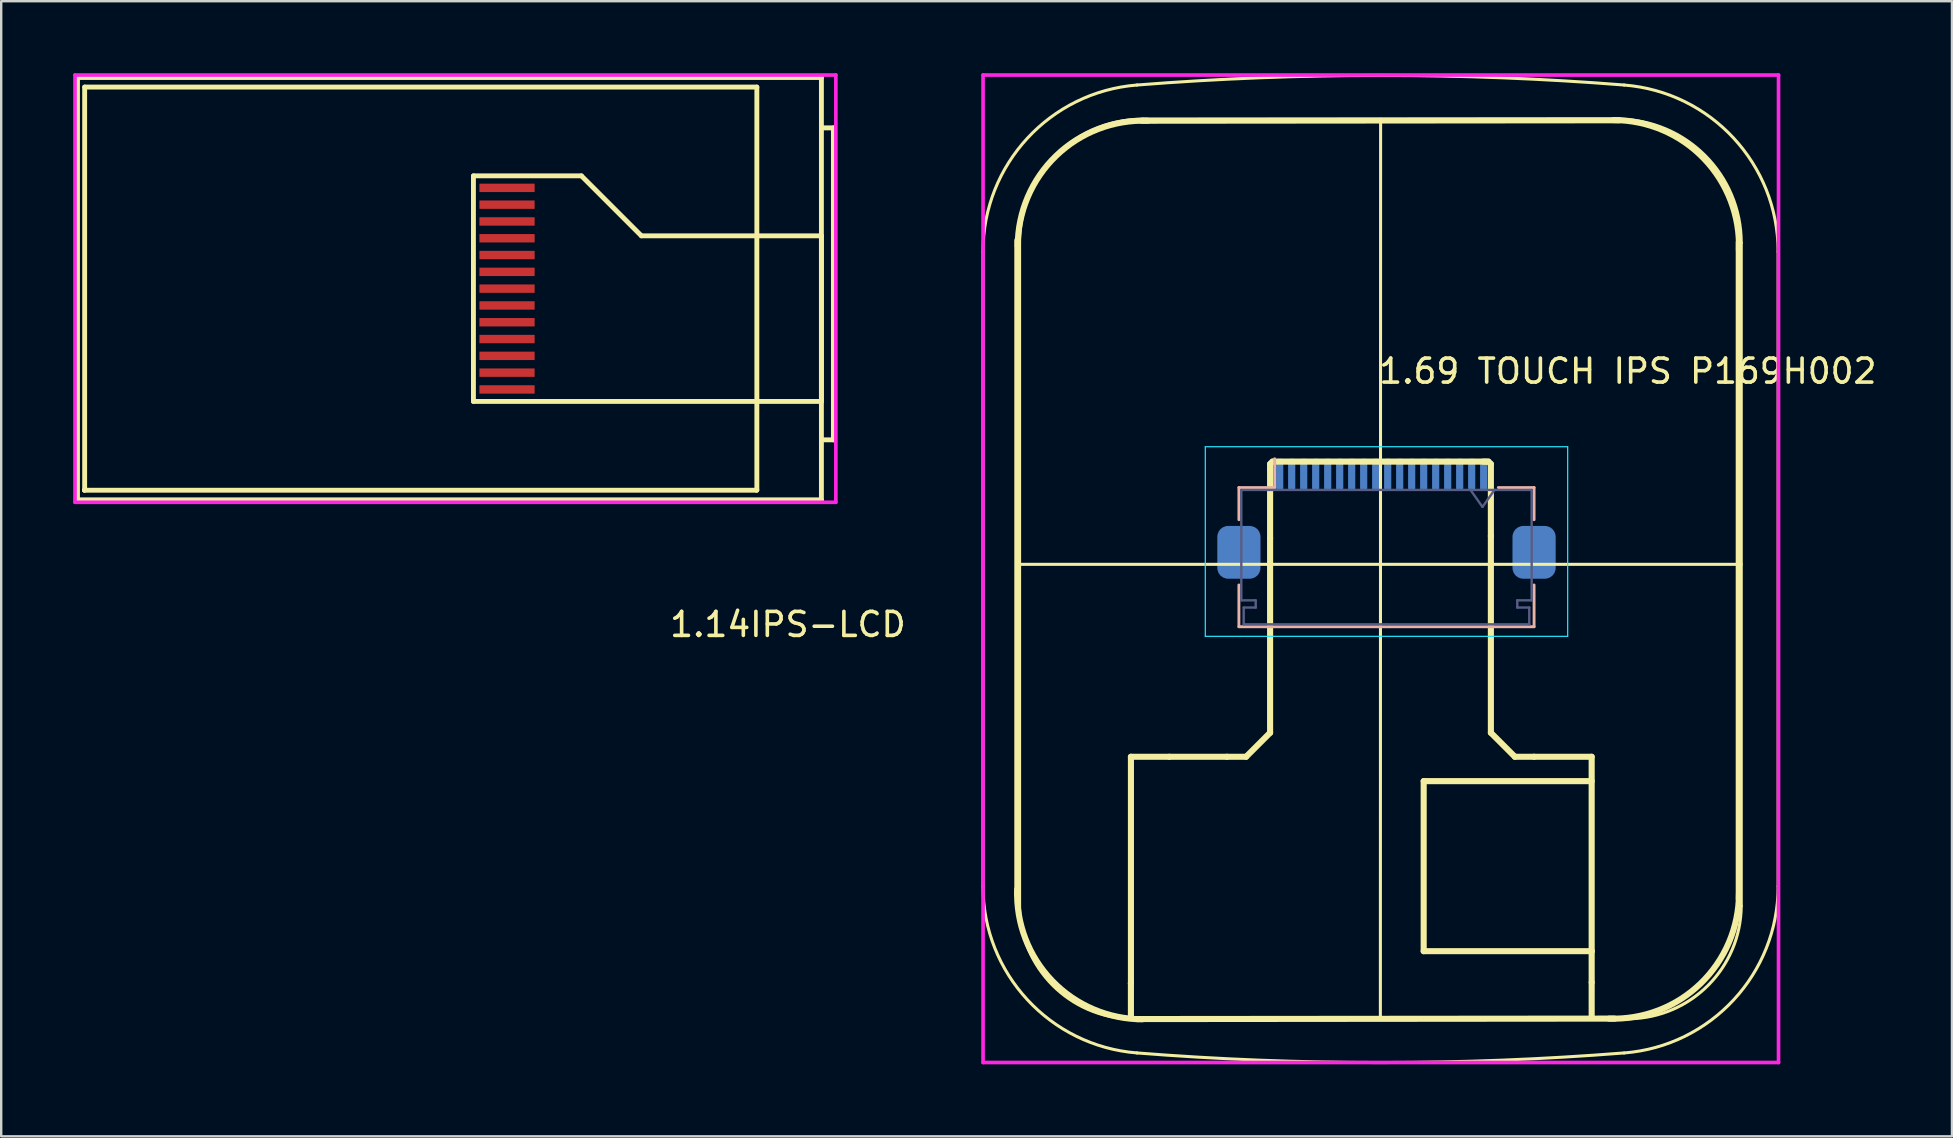
<source format=kicad_pcb>
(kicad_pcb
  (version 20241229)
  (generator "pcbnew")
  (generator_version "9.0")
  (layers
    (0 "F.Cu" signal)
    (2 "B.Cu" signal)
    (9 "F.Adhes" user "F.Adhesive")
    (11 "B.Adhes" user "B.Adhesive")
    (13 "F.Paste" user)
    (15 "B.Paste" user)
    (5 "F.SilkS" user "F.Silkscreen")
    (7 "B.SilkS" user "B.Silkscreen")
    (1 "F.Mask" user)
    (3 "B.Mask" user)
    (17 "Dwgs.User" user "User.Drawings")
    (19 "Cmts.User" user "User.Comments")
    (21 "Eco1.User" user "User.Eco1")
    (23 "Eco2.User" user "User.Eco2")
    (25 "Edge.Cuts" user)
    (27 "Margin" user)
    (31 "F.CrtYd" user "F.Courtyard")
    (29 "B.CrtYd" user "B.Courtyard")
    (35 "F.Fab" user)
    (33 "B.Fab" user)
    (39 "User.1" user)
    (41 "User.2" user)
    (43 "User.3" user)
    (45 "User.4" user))
  (footprint "1.69 TOUCH IPS P169H002"
    (layer "F.Cu")
    (at 54.475 20.466)
    (property "Reference" "1.69 TOUCH IPS P169H002" (at -0.15 -8.05 0) (layer "F.SilkS") (effects (font (size 1 1) (thickness 0.15)) (justify left)))
    (fp_line (start -16.564 13.415) (end -16.564 -13.028) (stroke (width 0.127) (type solid)) (layer "F.SilkS"))
    (fp_line (start -15.132 -13.497) (end -15.132 13.773) (stroke (width 0.254) (type solid)) (layer "F.SilkS"))
    (fp_line (start -15.039 0) (end 0 0) (stroke (width 0.127) (type solid)) (layer "F.SilkS"))
    (fp_line (start -15.039 14.236) (end -15.039 -13.398) (stroke (width 0.127) (type solid)) (layer "F.SilkS"))
    (fp_line (start -10.4 17.455) (end -10.4 18.869) (stroke (width 0.254) (type solid)) (layer "F.SilkS"))
    (fp_line (start -10.399 8.019) (end -10.399 17.455) (stroke (width 0.254) (type solid)) (layer "F.SilkS"))
    (fp_line (start -10.399 17.455) (end -10.4 17.455) (stroke (width 0.254) (type solid)) (layer "F.SilkS"))
    (fp_line (start -10.389 18.935) (end 10.383 18.935) (stroke (width 0.127) (type solid)) (layer "F.SilkS"))
    (fp_line (start -10.151 18.948) (end 9.754 18.929) (stroke (width 0.254) (type solid)) (layer "F.SilkS"))
    (fp_line (start -9.957 -18.485) (end 9.948 -18.504) (stroke (width 0.254) (type solid)) (layer "F.SilkS"))
    (fp_line (start -9.889 -18.548) (end 9.883 -18.548) (stroke (width 0.127) (type solid)) (layer "F.SilkS"))
    (fp_line (start -8.8 8.019) (end -10.4 8.019) (stroke (width 0.254) (type solid)) (layer "F.SilkS"))
    (fp_line (start -6.401 8.019) (end -8.8 8.019) (stroke (width 0.254) (type solid)) (layer "F.SilkS"))
    (fp_line (start -5.601 8.019) (end -6.401 8.019) (stroke (width 0.254) (type solid)) (layer "F.SilkS"))
    (fp_line (start -4.6 -4.181) (end -4.5 -4.281) (stroke (width 0.254) (type solid)) (layer "F.SilkS"))
    (fp_line (start -4.6 -3.981) (end -4.6 -4.181) (stroke (width 0.254) (type solid)) (layer "F.SilkS"))
    (fp_line (start -4.6 -1.082) (end -4.6 7.018) (stroke (width 0.254) (type solid)) (layer "F.SilkS"))
    (fp_line (start -4.6 -1.081) (end -4.6 -3.981) (stroke (width 0.254) (type solid)) (layer "F.SilkS"))
    (fp_line (start -4.6 7.018) (end -5.601 8.019) (stroke (width 0.254) (type solid)) (layer "F.SilkS"))
    (fp_line (start -4.5 -4.281) (end 4.3 -4.281) (stroke (width 0.254) (type solid)) (layer "F.SilkS"))
    (fp_line (start -0.005 18.935) (end 0.005 -18.548) (stroke (width 0.127) (type solid)) (layer "F.SilkS"))
    (fp_line (start 0 0) (end 15.033 0) (stroke (width 0.127) (type solid)) (layer "F.SilkS"))
    (fp_line (start 1.8 9.034) (end 1.8 16.119) (stroke (width 0.254) (type solid)) (layer "F.SilkS"))
    (fp_line (start 1.8 16.119) (end 8.8 16.119) (stroke (width 0.254) (type solid)) (layer "F.SilkS"))
    (fp_line (start 4.3 -4.281) (end 4.4 -4.281) (stroke (width 0.254) (type solid)) (layer "F.SilkS"))
    (fp_line (start 4.4 -4.281) (end 4.5 -4.281) (stroke (width 0.254) (type solid)) (layer "F.SilkS"))
    (fp_line (start 4.5 -4.281) (end 4.6 -4.181) (stroke (width 0.254) (type solid)) (layer "F.SilkS"))
    (fp_line (start 4.6 -4.181) (end 4.6 -1.181) (stroke (width 0.254) (type solid)) (layer "F.SilkS"))
    (fp_line (start 4.6 -1.181) (end 4.6 7.018) (stroke (width 0.254) (type solid)) (layer "F.SilkS"))
    (fp_line (start 4.6 7.018) (end 5.601 8.019) (stroke (width 0.254) (type solid)) (layer "F.SilkS"))
    (fp_line (start 5.601 8.019) (end 6.401 8.019) (stroke (width 0.254) (type solid)) (layer "F.SilkS"))
    (fp_line (start 6.401 8.019) (end 8.8 8.019) (stroke (width 0.254) (type solid)) (layer "F.SilkS"))
    (fp_line (start 8.8 8.019) (end 8.8 16.119) (stroke (width 0.254) (type solid)) (layer "F.SilkS"))
    (fp_line (start 8.8 9.034) (end 1.8 9.034) (stroke (width 0.254) (type solid)) (layer "F.SilkS"))
    (fp_line (start 8.8 16.119) (end 8.8 17.419) (stroke (width 0.254) (type solid)) (layer "F.SilkS"))
    (fp_line (start 8.8 17.419) (end 8.8 18.869) (stroke (width 0.254) (type solid)) (layer "F.SilkS"))
    (fp_line (start 14.929 13.942) (end 14.929 -13.414) (stroke (width 0.254) (type solid)) (layer "F.SilkS"))
    (fp_line (start 15.033 14.236) (end 15.033 -13.398) (stroke (width 0.127) (type solid)) (layer "F.SilkS"))
    (fp_line (start 16.571 13.415) (end 16.571 -13.028) (stroke (width 0.127) (type solid)) (layer "F.SilkS"))
    (fp_arc (start -16.564 -13.028) (mid -14.713883 -17.756276) (end -10.146146 -19.973324) (stroke (width 0.127) (type solid)) (layer "F.SilkS"))
    (fp_arc (start -15.116 -13.268) (mid -13.515177 -17.023909) (end -9.702659 -18.484795) (stroke (width 0.254) (type solid)) (layer "F.SilkS"))
    (fp_arc (start -15.039 -13.398) (mid -13.530607 -17.039593) (end -9.88902 -18.548) (stroke (width 0.127) (type solid)) (layer "F.SilkS"))
    (fp_arc (start -10.389 18.936) (mid -13.669946 17.531782) (end -15.039642 14.236275) (stroke (width 0.127) (type solid)) (layer "F.SilkS"))
    (fp_arc (start -10.146 -19.973) (mid 0.003167 -20.373577) (end 10.152333 -19.972974) (stroke (width 0.127) (type solid)) (layer "F.SilkS"))
    (fp_arc (start -10.146 20.36) (mid -14.713556 18.143137) (end -16.563665 13.41512) (stroke (width 0.127) (type solid)) (layer "F.SilkS"))
    (fp_arc (start -9.921 18.958) (mid -13.677214 17.357896) (end -15.138828 13.545658) (stroke (width 0.254) (type solid)) (layer "F.SilkS"))
    (fp_arc (start 9.718 -18.513) (mid 13.473909 -16.912177) (end 14.934795 -13.099659) (stroke (width 0.254) (type solid)) (layer "F.SilkS"))
    (fp_arc (start 9.883 -18.548) (mid 13.524593 -17.039607) (end 15.033 -13.39802) (stroke (width 0.127) (type solid)) (layer "F.SilkS"))
    (fp_arc (start 10.152 -19.973) (mid 14.719564 -17.756128) (end 16.569665 -13.028096) (stroke (width 0.127) (type solid)) (layer "F.SilkS"))
    (fp_arc (start 10.152 20.36) (mid 0.002912 20.76058) (end -10.146176 20.359986) (stroke (width 0.127) (type solid)) (layer "F.SilkS"))
    (fp_arc (start 14.938 13.712) (mid 13.337896 17.468214) (end 9.525658 18.929828) (stroke (width 0.254) (type solid)) (layer "F.SilkS"))
    (fp_arc (start 15.033 14.236) (mid 13.663403 17.531826) (end 10.382309 18.93635) (stroke (width 0.127) (type solid)) (layer "F.SilkS"))
    (fp_arc (start 16.571 13.415) (mid 14.72061 18.143963) (end 10.152201 20.361323) (stroke (width 0.127) (type solid)) (layer "F.SilkS"))
    (fp_line (start -5.9 -3.2) (end -5.9 -1.86) (stroke (width 0.12) (type solid)) (layer "B.SilkS"))
    (fp_line (start -5.9 0.86) (end -5.9 2.6) (stroke (width 0.12) (type solid)) (layer "B.SilkS"))
    (fp_line (start -5.9 2.6) (end 6.4 2.6) (stroke (width 0.12) (type solid)) (layer "B.SilkS"))
    (fp_line (start -4.41 -3.2) (end -5.9 -3.2) (stroke (width 0.12) (type solid)) (layer "B.SilkS"))
    (fp_line (start -4.41 -3.2) (end -4.41 -4.4) (stroke (width 0.12) (type solid)) (layer "B.SilkS"))
    (fp_line (start 4.91 -3.2) (end 6.4 -3.2) (stroke (width 0.12) (type solid)) (layer "B.SilkS"))
    (fp_line (start 6.4 -3.2) (end 6.4 -1.86) (stroke (width 0.12) (type solid)) (layer "B.SilkS"))
    (fp_line (start 6.4 2.6) (end 6.4 0.86) (stroke (width 0.12) (type solid)) (layer "B.SilkS"))
    (fp_line (start -7.3 -4.9) (end -7.3 3) (stroke (width 0.05) (type solid)) (layer "B.CrtYd"))
    (fp_line (start -7.3 3) (end 7.8 3) (stroke (width 0.05) (type solid)) (layer "B.CrtYd"))
    (fp_line (start 7.8 -4.9) (end -7.3 -4.9) (stroke (width 0.05) (type solid)) (layer "B.CrtYd"))
    (fp_line (start 7.8 3) (end 7.8 -4.9) (stroke (width 0.05) (type solid)) (layer "B.CrtYd"))
    (fp_line (start -16.561 -20.39) (end 16.586 -20.39) (stroke (width 0.152) (type solid)) (layer "F.CrtYd"))
    (fp_line (start -16.561 20.758) (end -16.561 -20.39) (stroke (width 0.152) (type solid)) (layer "F.CrtYd"))
    (fp_line (start 16.586 -20.39) (end 16.586 20.758) (stroke (width 0.152) (type solid)) (layer "F.CrtYd"))
    (fp_line (start 16.586 20.758) (end -16.561 20.758) (stroke (width 0.152) (type solid)) (layer "F.CrtYd"))
    (fp_line (start -5.8 -3.1) (end -5.8 1.5) (stroke (width 0.1) (type solid)) (layer "B.Fab"))
    (fp_line (start -5.8 1.5) (end -5.2 1.5) (stroke (width 0.1) (type solid)) (layer "B.Fab"))
    (fp_line (start -5.7 1.8) (end -5.7 2.5) (stroke (width 0.1) (type solid)) (layer "B.Fab"))
    (fp_line (start -5.7 2.5) (end 0.25 2.5) (stroke (width 0.1) (type solid)) (layer "B.Fab"))
    (fp_line (start -5.2 1.5) (end -5.2 1.8) (stroke (width 0.1) (type solid)) (layer "B.Fab"))
    (fp_line (start -5.2 1.8) (end -5.7 1.8) (stroke (width 0.1) (type solid)) (layer "B.Fab"))
    (fp_line (start 0.25 -3.1) (end -5.8 -3.1) (stroke (width 0.1) (type solid)) (layer "B.Fab"))
    (fp_line (start 0.25 -3.1) (end 6.3 -3.1) (stroke (width 0.1) (type solid)) (layer "B.Fab"))
    (fp_line (start 3.75 -3.1) (end 4.25 -2.393) (stroke (width 0.1) (type solid)) (layer "B.Fab"))
    (fp_line (start 4.25 -2.393) (end 4.75 -3.1) (stroke (width 0.1) (type solid)) (layer "B.Fab"))
    (fp_line (start 5.7 1.5) (end 5.7 1.8) (stroke (width 0.1) (type solid)) (layer "B.Fab"))
    (fp_line (start 5.7 1.8) (end 6.2 1.8) (stroke (width 0.1) (type solid)) (layer "B.Fab"))
    (fp_line (start 6.2 1.8) (end 6.2 2.5) (stroke (width 0.1) (type solid)) (layer "B.Fab"))
    (fp_line (start 6.2 2.5) (end 0.25 2.5) (stroke (width 0.1) (type solid)) (layer "B.Fab"))
    (fp_line (start 6.3 -3.1) (end 6.3 1.5) (stroke (width 0.1) (type solid)) (layer "B.Fab"))
    (fp_line (start 6.3 1.5) (end 5.7 1.5) (stroke (width 0.1) (type solid)) (layer "B.Fab"))
    (pad "1" smd roundrect (at 4.3 -3.75 180) (size 0.3 1.3) (property pad_prop_fiducial_loc) (layers "B.Cu" "B.Mask" "B.Paste") (roundrect_rratio 0.25))
    (pad "2" smd roundrect (at 3.8 -3.75 180) (size 0.3 1.3) (property pad_prop_fiducial_loc) (layers "B.Cu" "B.Mask" "B.Paste") (roundrect_rratio 0.25))
    (pad "3" smd roundrect (at 3.3 -3.75 180) (size 0.3 1.3) (property pad_prop_fiducial_loc) (layers "B.Cu" "B.Mask" "B.Paste") (roundrect_rratio 0.25))
    (pad "4" smd roundrect (at 2.8 -3.75 180) (size 0.3 1.3) (property pad_prop_fiducial_loc) (layers "B.Cu" "B.Mask" "B.Paste") (roundrect_rratio 0.25))
    (pad "5" smd roundrect (at 2.3 -3.75 180) (size 0.3 1.3) (property pad_prop_fiducial_loc) (layers "B.Cu" "B.Mask" "B.Paste") (roundrect_rratio 0.25))
    (pad "6" smd roundrect (at 1.8 -3.75 180) (size 0.3 1.3) (property pad_prop_fiducial_loc) (layers "B.Cu" "B.Mask" "B.Paste") (roundrect_rratio 0.25))
    (pad "7" smd roundrect (at 1.3 -3.75 180) (size 0.3 1.3) (property pad_prop_fiducial_loc) (layers "B.Cu" "B.Mask" "B.Paste") (roundrect_rratio 0.25))
    (pad "8" smd roundrect (at 0.8 -3.75 180) (size 0.3 1.3) (property pad_prop_fiducial_loc) (layers "B.Cu" "B.Mask" "B.Paste") (roundrect_rratio 0.25))
    (pad "9" smd roundrect (at 0.3 -3.75 180) (size 0.3 1.3) (property pad_prop_fiducial_loc) (layers "B.Cu" "B.Mask" "B.Paste") (roundrect_rratio 0.25))
    (pad "10" smd roundrect (at -0.2 -3.75 180) (size 0.3 1.3) (property pad_prop_fiducial_loc) (layers "B.Cu" "B.Mask" "B.Paste") (roundrect_rratio 0.25))
    (pad "11" smd roundrect (at -0.7 -3.75 180) (size 0.3 1.3) (property pad_prop_fiducial_loc) (layers "B.Cu" "B.Mask" "B.Paste") (roundrect_rratio 0.25))
    (pad "12" smd roundrect (at -1.2 -3.75 180) (size 0.3 1.3) (property pad_prop_fiducial_loc) (layers "B.Cu" "B.Mask" "B.Paste") (roundrect_rratio 0.25))
    (pad "13" smd roundrect (at -1.7 -3.75 180) (size 0.3 1.3) (property pad_prop_fiducial_loc) (layers "B.Cu" "B.Mask" "B.Paste") (roundrect_rratio 0.25))
    (pad "14" smd roundrect (at -2.2 -3.75 180) (size 0.3 1.3) (property pad_prop_fiducial_loc) (layers "B.Cu" "B.Mask" "B.Paste") (roundrect_rratio 0.25))
    (pad "15" smd roundrect (at -2.7 -3.75 180) (size 0.3 1.3) (property pad_prop_fiducial_loc) (layers "B.Cu" "B.Mask" "B.Paste") (roundrect_rratio 0.25))
    (pad "16" smd roundrect (at -3.2 -3.75 180) (size 0.3 1.3) (property pad_prop_fiducial_loc) (layers "B.Cu" "B.Mask" "B.Paste") (roundrect_rratio 0.25))
    (pad "17" smd roundrect (at -3.7 -3.75 180) (size 0.3 1.3) (property pad_prop_fiducial_loc) (layers "B.Cu" "B.Mask" "B.Paste") (roundrect_rratio 0.25))
    (pad "18" smd roundrect (at -4.2 -3.75 180) (size 0.3 1.3) (property pad_prop_fiducial_loc) (layers "B.Cu" "B.Mask" "B.Paste") (roundrect_rratio 0.25))
    (pad "MP" smd roundrect (at -5.9 -0.5) (size 1.8 2.2) (layers "B.Cu" "B.Mask" "B.Paste") (roundrect_rratio 0.25))
    (pad "MP" smd roundrect (at 6.4 -0.5) (size 1.8 2.2) (layers "B.Cu" "B.Mask" "B.Paste") (roundrect_rratio 0.25)))
  (footprint "1.14IPS-LCD"
    (layer "F.Cu")
    (at 24.778 26.178)
    (property "Reference" "1.14IPS-LCD" (at 0 -3.207 0) (layer "F.SilkS") (effects (font (size 1 1) (thickness 0.15)) (justify left)))
    (attr through_hole)
    (fp_line (start -24.6 -8.4) (end -24.6 -26) (stroke (width 0.203) (type solid)) (layer "F.SilkS"))
    (fp_line (start -24.31 -8.8) (end -24.3 -8.81) (stroke (width 0.203) (type solid)) (layer "F.SilkS"))
    (fp_line (start -24.3 -8.81) (end -24.3 -25.6) (stroke (width 0.203) (type solid)) (layer "F.SilkS"))
    (fp_line (start -8.1 -12.5) (end -8.1 -21.9) (stroke (width 0.203) (type solid)) (layer "F.SilkS"))
    (fp_line (start -3.6 -21.9) (end -8.1 -21.9) (stroke (width 0.203) (type solid)) (layer "F.SilkS"))
    (fp_line (start -1.1 -19.4) (end -3.6 -21.9) (stroke (width 0.203) (type solid)) (layer "F.SilkS"))
    (fp_line (start 3.7 -8.8) (end -24.31 -8.8) (stroke (width 0.203) (type solid)) (layer "F.SilkS"))
    (fp_line (start 3.7 -8.8) (end 3.71 -8.81) (stroke (width 0.203) (type solid)) (layer "F.SilkS"))
    (fp_line (start 3.71 -25.6) (end -24.3 -25.6) (stroke (width 0.203) (type solid)) (layer "F.SilkS"))
    (fp_line (start 3.71 -8.81) (end 3.71 -25.6) (stroke (width 0.203) (type solid)) (layer "F.SilkS"))
    (fp_line (start 6.4 -26) (end -24.6 -26) (stroke (width 0.203) (type solid)) (layer "F.SilkS"))
    (fp_line (start 6.4 -19.4) (end -1.1 -19.4) (stroke (width 0.203) (type solid)) (layer "F.SilkS"))
    (fp_line (start 6.4 -12.5) (end -8.1 -12.5) (stroke (width 0.203) (type solid)) (layer "F.SilkS"))
    (fp_line (start 6.4 -12.5) (end 6.4 -19.4) (stroke (width 0.203) (type solid)) (layer "F.SilkS"))
    (fp_line (start 6.4 -8.4) (end -24.6 -8.4) (stroke (width 0.203) (type solid)) (layer "F.SilkS"))
    (fp_line (start 6.4 -8.4) (end 6.4 -26) (stroke (width 0.203) (type solid)) (layer "F.SilkS"))
    (fp_line (start 6.9 -23.9) (end 6.4 -23.9) (stroke (width 0.203) (type solid)) (layer "F.SilkS"))
    (fp_line (start 6.9 -10.9) (end 6.4 -10.9) (stroke (width 0.203) (type solid)) (layer "F.SilkS"))
    (fp_line (start 6.9 -10.9) (end 6.9 -23.9) (stroke (width 0.203) (type solid)) (layer "F.SilkS"))
    (fp_line (start -24.702 -26.102) (end 7.002 -26.102) (stroke (width 0.152) (type solid)) (layer "F.CrtYd"))
    (fp_line (start -24.702 -8.298) (end -24.702 -26.102) (stroke (width 0.152) (type solid)) (layer "F.CrtYd"))
    (fp_line (start 7.002 -26.102) (end 7.002 -8.298) (stroke (width 0.152) (type solid)) (layer "F.CrtYd"))
    (fp_line (start 7.002 -8.298) (end -24.702 -8.298) (stroke (width 0.152) (type solid)) (layer "F.CrtYd"))
    (pad "1" smd rect (at -6.7 -21.4 270) (size 0.35 2.3) (layers "F.Cu" "F.Mask" "F.Paste"))
    (pad "2" smd rect (at -6.7 -20.7 270) (size 0.35 2.3) (layers "F.Cu" "F.Mask" "F.Paste"))
    (pad "3" smd rect (at -6.7 -20 270) (size 0.35 2.3) (layers "F.Cu" "F.Mask" "F.Paste"))
    (pad "4" smd rect (at -6.7 -19.3 270) (size 0.35 2.3) (layers "F.Cu" "F.Mask" "F.Paste"))
    (pad "5" smd rect (at -6.7 -18.6 270) (size 0.35 2.3) (layers "F.Cu" "F.Mask" "F.Paste"))
    (pad "6" smd rect (at -6.7 -17.9 270) (size 0.35 2.3) (layers "F.Cu" "F.Mask" "F.Paste"))
    (pad "7" smd rect (at -6.7 -17.2 270) (size 0.35 2.3) (layers "F.Cu" "F.Mask" "F.Paste"))
    (pad "8" smd rect (at -6.7 -16.5 270) (size 0.35 2.3) (layers "F.Cu" "F.Mask" "F.Paste"))
    (pad "9" smd rect (at -6.7 -15.8 270) (size 0.35 2.3) (layers "F.Cu" "F.Mask" "F.Paste"))
    (pad "10" smd rect (at -6.7 -15.1 270) (size 0.35 2.3) (layers "F.Cu" "F.Mask" "F.Paste"))
    (pad "11" smd rect (at -6.7 -14.4 270) (size 0.35 2.3) (layers "F.Cu" "F.Mask" "F.Paste"))
    (pad "12" smd rect (at -6.7 -13.7 270) (size 0.35 2.3) (layers "F.Cu" "F.Mask" "F.Paste"))
    (pad "13" smd rect (at -6.7 -13 270) (size 0.35 2.3) (layers "F.Cu" "F.Mask" "F.Paste")))
  (gr_rect
    (start -3 -3)
    (end 78.289 44.3)
    (stroke (width 0.1) (type default))
    (fill no)
    (layer "Edge.Cuts")))
</source>
